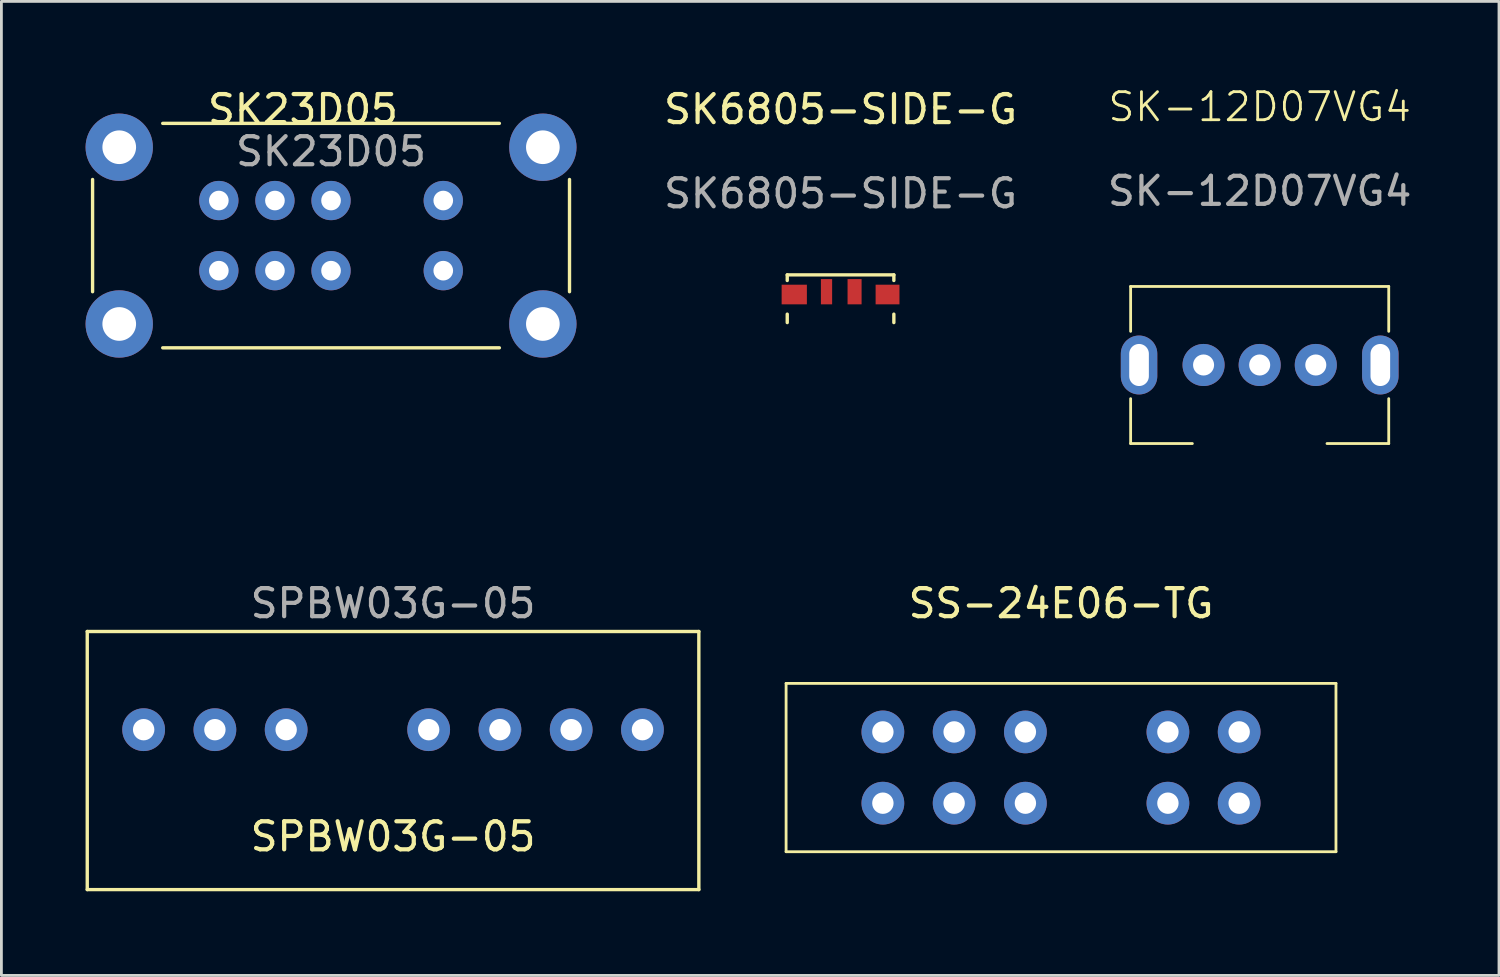
<source format=kicad_pcb>
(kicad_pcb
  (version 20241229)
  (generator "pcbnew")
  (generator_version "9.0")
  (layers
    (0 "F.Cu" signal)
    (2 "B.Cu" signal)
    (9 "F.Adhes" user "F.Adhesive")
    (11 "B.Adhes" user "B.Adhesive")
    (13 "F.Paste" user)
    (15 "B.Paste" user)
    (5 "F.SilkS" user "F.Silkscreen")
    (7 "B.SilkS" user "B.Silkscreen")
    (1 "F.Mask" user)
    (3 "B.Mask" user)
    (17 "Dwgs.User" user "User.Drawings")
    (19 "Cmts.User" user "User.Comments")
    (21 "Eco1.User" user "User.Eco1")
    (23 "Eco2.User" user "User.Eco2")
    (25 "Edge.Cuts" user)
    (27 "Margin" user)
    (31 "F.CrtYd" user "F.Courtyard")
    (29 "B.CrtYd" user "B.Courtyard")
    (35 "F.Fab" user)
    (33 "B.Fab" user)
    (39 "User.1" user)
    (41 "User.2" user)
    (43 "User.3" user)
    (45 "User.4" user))
  (footprint "SK6805-SIDE-G"
    (layer "F.Cu")
    (at 26.911 7.548)
    (property "Reference" "SK6805-SIDE-G" (at 0 -6.7 0) (unlocked yes) (layer "F.SilkS") (effects (font (size 1 1) (thickness 0.15))))
    (attr smd)
    (fp_line (start -1.9 -0.8) (end 1.9 -0.8) (stroke (width 0.12) (type solid)) (layer "F.SilkS"))
    (fp_line (start -1.9 -0.6) (end -1.9 -0.8) (stroke (width 0.12) (type solid)) (layer "F.SilkS"))
    (fp_line (start -1.9 0.6) (end -1.9 0.9) (stroke (width 0.12) (type solid)) (layer "F.SilkS"))
    (fp_line (start 1.9 -0.8) (end 1.9 -0.6) (stroke (width 0.12) (type solid)) (layer "F.SilkS"))
    (fp_line (start 1.9 0.6) (end 1.9 0.9) (stroke (width 0.12) (type solid)) (layer "F.SilkS"))
    (fp_line (start -1.75 -0.6) (end 1.75 -0.6) (stroke (width 0.12) (type solid)) (layer "Eco1.User"))
    (fp_line (start -1.75 0.6) (end -1.75 0.95) (stroke (width 0.12) (type solid)) (layer "Eco1.User"))
    (fp_line (start -1.75 0.95) (end 1.75 0.95) (stroke (width 0.12) (type solid)) (layer "Eco1.User"))
    (fp_line (start 0 0) (end 0 0.95) (stroke (width 0.12) (type solid)) (layer "Eco1.User"))
    (fp_line (start 1.75 0.6) (end 1.75 0.95) (stroke (width 0.12) (type solid)) (layer "Eco1.User"))
    (fp_text user "${REFERENCE}" (at 0 -3.7 0) (unlocked yes) (layer "F.Fab") (effects (font (size 1 1) (thickness 0.15))))
    (pad "1" smd rect (at -1.65 -0.1 90) (size 0.7 0.9) (layers "F.Cu" "F.Mask" "F.Paste"))
    (pad "2" smd rect (at -0.5 -0.2 90) (size 0.9 0.4) (layers "F.Cu" "F.Mask" "F.Paste"))
    (pad "3" smd rect (at 0.5 -0.2 90) (size 0.9 0.5) (layers "F.Cu" "F.Mask" "F.Paste"))
    (pad "4" smd rect (at 1.675 -0.1 90) (size 0.7 0.85) (layers "F.Cu" "F.Mask" "F.Paste")))
  (footprint "SK-12D07VG4"
    (layer "F.Cu")
    (at 41.851 9.96)
    (property "Reference" "SK-12D07VG4" (at 0 -9.2 0) (unlocked yes) (layer "F.SilkS") (effects (font (size 1 1) (thickness 0.1))))
    (attr through_hole)
    (fp_line (start -4.6 -2.8) (end -4.6 -1.2) (stroke (width 0.1) (type default)) (layer "F.SilkS"))
    (fp_line (start -4.6 -2.8) (end 4.6 -2.8) (stroke (width 0.1) (type default)) (layer "F.SilkS"))
    (fp_line (start -4.6 1.2) (end -4.6 2.8) (stroke (width 0.1) (type default)) (layer "F.SilkS"))
    (fp_line (start -4.6 2.8) (end -2.4 2.8) (stroke (width 0.1) (type default)) (layer "F.SilkS"))
    (fp_line (start 2.4 2.8) (end 4.6 2.8) (stroke (width 0.1) (type default)) (layer "F.SilkS"))
    (fp_line (start 4.6 -2.8) (end 4.6 -1.2) (stroke (width 0.1) (type default)) (layer "F.SilkS"))
    (fp_line (start 4.6 1.2) (end 4.6 2.8) (stroke (width 0.1) (type default)) (layer "F.SilkS"))
    (fp_line (start -4.3 -2.5) (end -4.3 2.5) (stroke (width 0.1) (type default)) (layer "Eco1.User"))
    (fp_line (start -4.3 -2.5) (end 4.3 -2.5) (stroke (width 0.1) (type default)) (layer "Eco1.User"))
    (fp_line (start -4.3 2.5) (end 4.3 2.5) (stroke (width 0.1) (type default)) (layer "Eco1.User"))
    (fp_line (start -2 2.6) (end -2 4.6) (stroke (width 0.1) (type default)) (layer "Eco1.User"))
    (fp_line (start -2 4.6) (end 0 4.6) (stroke (width 0.1) (type default)) (layer "Eco1.User"))
    (fp_line (start 0 4.6) (end 0 2.6) (stroke (width 0.1) (type default)) (layer "Eco1.User"))
    (fp_line (start 0 4.6) (end 2 4.6) (stroke (width 0.1) (type dot)) (layer "Eco1.User"))
    (fp_line (start 2 4.6) (end 2 2.6) (stroke (width 0.1) (type dot)) (layer "Eco1.User"))
    (fp_line (start 4.3 -2.5) (end 4.3 2.5) (stroke (width 0.1) (type default)) (layer "Eco1.User"))
    (fp_text user "${REFERENCE}" (at 0 -6.2 0) (unlocked yes) (layer "F.Fab") (effects (font (size 1 1) (thickness 0.15))))
    (pad "1" thru_hole circle (at -2 0) (size 1.5 1.5) (drill 0.75) (layers "*.Cu" "*.Mask"))
    (pad "2" thru_hole circle (at 0 0) (size 1.5 1.5) (drill 0.75) (layers "*.Cu" "*.Mask"))
    (pad "3" thru_hole circle (at 2 0) (size 1.5 1.5) (drill 0.75) (layers "*.Cu" "*.Mask"))
    (pad "MP" thru_hole oval (at -4.3 0) (size 1.3 2.1) (drill oval 0.7 1.5) (layers "*.Cu" "*.Mask"))
    (pad "MP" thru_hole oval (at 4.3 0) (size 1.3 2.1) (drill oval 0.7 1.5) (layers "*.Cu" "*.Mask")))
  (footprint "SS-24E06-TG"
    (layer "F.Cu")
    (at 34.77 24.309)
    (property "Reference" "SS-24E06-TG" (at 0 -5.85 0) (layer "F.SilkS") (effects (font (size 1 1) (thickness 0.15))))
    (attr through_hole)
    (fp_line (start -9.8 -3) (end 9.8 -3) (stroke (width 0.1) (type solid)) (layer "F.SilkS"))
    (fp_line (start -9.8 3) (end -9.8 -3) (stroke (width 0.1) (type solid)) (layer "F.SilkS"))
    (fp_line (start 9.8 -3) (end 9.8 3) (stroke (width 0.1) (type solid)) (layer "F.SilkS"))
    (fp_line (start 9.8 3) (end -9.8 3) (stroke (width 0.1) (type solid)) (layer "F.SilkS"))
    (pad "1" thru_hole circle (at -6.35 1.27) (size 1.524 1.524) (drill 0.762) (layers "*.Cu" "*.Mask"))
    (pad "2" thru_hole circle (at -3.81 1.27) (size 1.524 1.524) (drill 0.762) (layers "*.Cu" "*.Mask"))
    (pad "3" thru_hole circle (at -1.27 1.27) (size 1.524 1.524) (drill 0.762) (layers "*.Cu" "*.Mask"))
    (pad "4" thru_hole circle (at 3.81 1.27) (size 1.524 1.524) (drill 0.762) (layers "*.Cu" "*.Mask"))
    (pad "5" thru_hole circle (at 6.35 1.27) (size 1.524 1.524) (drill 0.762) (layers "*.Cu" "*.Mask"))
    (pad "6" thru_hole circle (at -6.35 -1.27) (size 1.524 1.524) (drill 0.762) (layers "*.Cu" "*.Mask"))
    (pad "7" thru_hole circle (at -3.81 -1.27) (size 1.524 1.524) (drill 0.762) (layers "*.Cu" "*.Mask"))
    (pad "8" thru_hole circle (at -1.27 -1.27) (size 1.524 1.524) (drill 0.762) (layers "*.Cu" "*.Mask"))
    (pad "9" thru_hole circle (at 3.81 -1.27) (size 1.524 1.524) (drill 0.762) (layers "*.Cu" "*.Mask"))
    (pad "10" thru_hole circle (at 6.35 -1.27) (size 1.524 1.524) (drill 0.762) (layers "*.Cu" "*.Mask")))
  (footprint "SPBW03G-05"
    (layer "F.Cu")
    (at 10.96 22.959)
    (property "Reference" "SPBW03G-05" (at 0 3.81 0) (unlocked yes) (layer "F.SilkS") (effects (font (size 1 1) (thickness 0.15))))
    (attr through_hole)
    (fp_line (start -10.9 -3.5) (end -10.9 5.7) (stroke (width 0.12) (type solid)) (layer "F.SilkS"))
    (fp_line (start -10.9 -3.5) (end 10.9 -3.5) (stroke (width 0.12) (type solid)) (layer "F.SilkS"))
    (fp_line (start -10.9 5.7) (end 10.9 5.7) (stroke (width 0.12) (type solid)) (layer "F.SilkS"))
    (fp_line (start 10.9 -3.5) (end 10.9 5.7) (stroke (width 0.12) (type solid)) (layer "F.SilkS"))
    (fp_text user "${REFERENCE}" (at 0 -4.5 0) (unlocked yes) (layer "F.Fab") (effects (font (size 1 1) (thickness 0.15))))
    (pad "1" thru_hole circle (at -8.89 0) (size 1.524 1.524) (drill 0.762) (layers "*.Cu" "*.Mask"))
    (pad "2" thru_hole circle (at -6.35 0) (size 1.524 1.524) (drill 0.762) (layers "*.Cu" "*.Mask"))
    (pad "3" thru_hole circle (at -3.81 0) (size 1.524 1.524) (drill 0.762) (layers "*.Cu" "*.Mask"))
    (pad "5" thru_hole circle (at 1.27 0) (size 1.524 1.524) (drill 0.762) (layers "*.Cu" "*.Mask"))
    (pad "6" thru_hole circle (at 3.81 0) (size 1.524 1.524) (drill 0.762) (layers "*.Cu" "*.Mask"))
    (pad "7" thru_hole circle (at 6.35 0) (size 1.524 1.524) (drill 0.762) (layers "*.Cu" "*.Mask"))
    (pad "8" thru_hole circle (at 8.89 0) (size 1.524 1.524) (drill 0.762) (layers "*.Cu" "*.Mask")))
  (footprint "SK23D05"
    (layer "F.Cu")
    (at 8.75 5.348)
    (property "Reference" "SK23D05" (at -1 -4.5 0) (unlocked yes) (layer "F.SilkS") (effects (font (size 1 1) (thickness 0.15))))
    (attr through_hole)
    (fp_line (start -8.5 -2) (end -8.5 2) (stroke (width 0.12) (type solid)) (layer "F.SilkS"))
    (fp_line (start -6 -4) (end 6 -4) (stroke (width 0.12) (type solid)) (layer "F.SilkS"))
    (fp_line (start -6 4) (end 6 4) (stroke (width 0.12) (type solid)) (layer "F.SilkS"))
    (fp_line (start 8.5 -2) (end 8.5 2) (stroke (width 0.12) (type solid)) (layer "F.SilkS"))
    (fp_line (start -3 4) (end -3 8) (stroke (width 0.12) (type solid)) (layer "Eco1.User"))
    (fp_line (start -3 8) (end 3 8) (stroke (width 0.12) (type solid)) (layer "Eco1.User"))
    (fp_line (start 3 8) (end 3 4) (stroke (width 0.12) (type solid)) (layer "Eco1.User"))
    (fp_text user "${REFERENCE}" (at 0 -3 0) (unlocked yes) (layer "F.Fab") (effects (font (size 1 1) (thickness 0.15))))
    (pad "A1" thru_hole circle (at -4 -1.25) (size 1.4 1.4) (drill 0.7) (layers "*.Cu" "*.Mask"))
    (pad "A2" thru_hole circle (at -2 -1.25) (size 1.4 1.4) (drill 0.7) (layers "*.Cu" "*.Mask"))
    (pad "A3" thru_hole circle (at 0 -1.25) (size 1.4 1.4) (drill 0.7) (layers "*.Cu" "*.Mask"))
    (pad "A4" thru_hole circle (at 4 -1.25) (size 1.4 1.4) (drill 0.7) (layers "*.Cu" "*.Mask"))
    (pad "B1" thru_hole circle (at -4 1.25) (size 1.4 1.4) (drill 0.7) (layers "*.Cu" "*.Mask"))
    (pad "B2" thru_hole circle (at -2 1.25) (size 1.4 1.4) (drill 0.7) (layers "*.Cu" "*.Mask"))
    (pad "B3" thru_hole circle (at 0 1.25) (size 1.4 1.4) (drill 0.7) (layers "*.Cu" "*.Mask"))
    (pad "B4" thru_hole circle (at 4 1.25) (size 1.4 1.4) (drill 0.7) (layers "*.Cu" "*.Mask"))
    (pad "S1" thru_hole circle (at -7.55 -3.15) (size 2.4 2.4) (drill 1.2) (layers "*.Cu" "*.Mask"))
    (pad "S1" thru_hole circle (at -7.55 3.15) (size 2.4 2.4) (drill 1.2) (layers "*.Cu" "*.Mask"))
    (pad "S1" thru_hole circle (at 7.55 -3.15) (size 2.4 2.4) (drill 1.2) (layers "*.Cu" "*.Mask"))
    (pad "S1" thru_hole circle (at 7.55 3.15) (size 2.4 2.4) (drill 1.2) (layers "*.Cu" "*.Mask")))
  (gr_rect
    (start -3 -3)
    (end 50.381 31.719)
    (stroke (width 0.1) (type default))
    (fill no)
    (layer "Edge.Cuts")))
</source>
